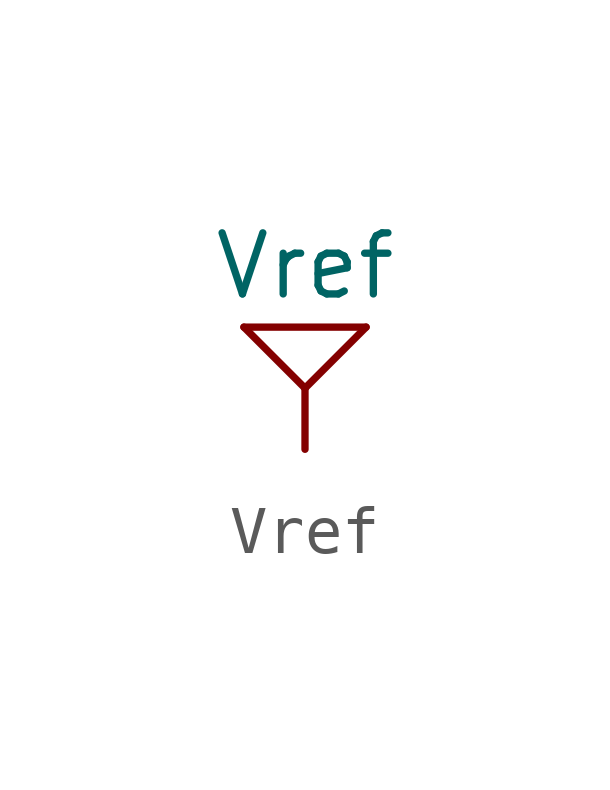
<source format=kicad_sym>
(kicad_symbol_lib
  (version 20211014)
  (generator kicad_symbol_editor)
  (symbol "Vref"
    (power)
    (pin_names
      (offset 0))
    (property "Reference" "#PWR"
      (at 0 -2.54 0)
      (effects (font (size 1.27 1.27)) hide))
    (property "Value" "Vref"
      (at 0 3.81 0)
      (effects (font (size 1.27 1.27))))
    (symbol "Vref_0_1"
      (rectangle (start -1.27 2.54) (end 1.27 2.54) (stroke (width 0) (type default) (color 0 0 0 0)) (fill (type none)))
      (polyline (pts (xy -1.27 2.54) (xy 0 1.27)) (stroke (width 0) (type default) (color 0 0 0 0)) (fill (type none)))
      (polyline (pts (xy 0 0) (xy 0 1.27)) (stroke (width 0) (type default) (color 0 0 0 0)) (fill (type none)))
      (polyline (pts (xy 0 1.27) (xy 1.27 2.54)) (stroke (width 0) (type default) (color 0 0 0 0)) (fill (type none))))
    (symbol "Vref_1_1"
      (pin power_in line (at 0 0 180) (length 0) hide (name "Vref" (effects (font (size 1.27 1.27)))) (number "1" (effects (font (size 1.27 1.27))))))))
</source>
